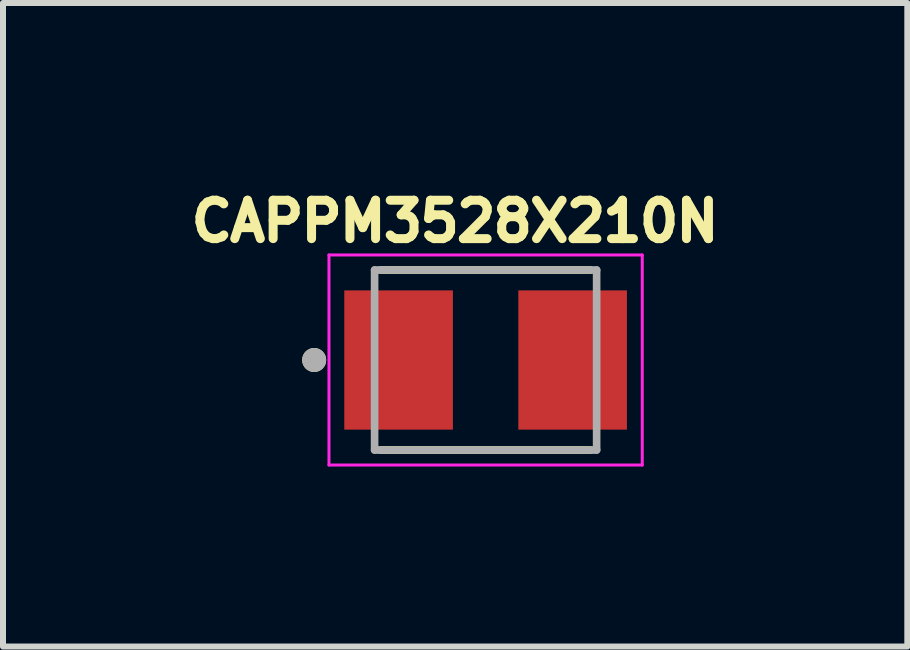
<source format=kicad_pcb>
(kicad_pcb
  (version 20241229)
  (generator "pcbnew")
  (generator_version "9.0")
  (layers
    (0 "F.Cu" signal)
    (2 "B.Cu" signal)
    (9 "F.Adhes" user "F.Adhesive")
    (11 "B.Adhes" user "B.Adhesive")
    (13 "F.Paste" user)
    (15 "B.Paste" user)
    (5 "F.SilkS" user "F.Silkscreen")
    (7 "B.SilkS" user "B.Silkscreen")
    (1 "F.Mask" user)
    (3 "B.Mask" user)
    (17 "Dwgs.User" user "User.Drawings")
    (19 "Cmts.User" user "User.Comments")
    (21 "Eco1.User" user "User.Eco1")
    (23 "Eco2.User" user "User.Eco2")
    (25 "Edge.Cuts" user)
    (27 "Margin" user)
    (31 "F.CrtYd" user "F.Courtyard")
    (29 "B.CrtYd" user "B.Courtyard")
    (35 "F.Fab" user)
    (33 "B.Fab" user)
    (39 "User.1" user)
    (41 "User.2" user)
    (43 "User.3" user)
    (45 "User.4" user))
  (footprint "CAPPM3528X210N"
    (layer "F.Cu")
    (at 5.042 2.949)
    (property "Reference" "CAPPM3528X210N" (at -0.508 -2.311 0) (layer "F.SilkS") (effects (font (size 0.64 0.64) (thickness 0.15))))
    (attr smd)
    (fp_line (start -1.75 -1.5) (end 1.75 -1.5) (stroke (width 0.127) (type solid)) (layer "F.SilkS"))
    (fp_line (start -1.75 1.5) (end 1.75 1.5) (stroke (width 0.127) (type solid)) (layer "F.SilkS"))
    (fp_circle (center -2.857 0) (end -2.757 0) (stroke (width 0.2) (type solid)) (fill no) (layer "F.SilkS"))
    (fp_line (start -2.61 -1.75) (end 2.61 -1.75) (stroke (width 0.05) (type solid)) (layer "F.CrtYd"))
    (fp_line (start -2.61 1.75) (end -2.61 -1.75) (stroke (width 0.05) (type solid)) (layer "F.CrtYd"))
    (fp_line (start 2.61 -1.75) (end 2.61 1.75) (stroke (width 0.05) (type solid)) (layer "F.CrtYd"))
    (fp_line (start 2.61 1.75) (end -2.61 1.75) (stroke (width 0.05) (type solid)) (layer "F.CrtYd"))
    (fp_line (start -1.85 -1.5) (end -1.85 1.5) (stroke (width 0.127) (type solid)) (layer "F.Fab"))
    (fp_line (start -1.85 1.5) (end 1.85 1.5) (stroke (width 0.127) (type solid)) (layer "F.Fab"))
    (fp_line (start 1.85 -1.5) (end -1.85 -1.5) (stroke (width 0.127) (type solid)) (layer "F.Fab"))
    (fp_line (start 1.85 1.5) (end 1.85 -1.5) (stroke (width 0.127) (type solid)) (layer "F.Fab"))
    (fp_circle (center -2.857 0) (end -2.757 0) (stroke (width 0.2) (type solid)) (fill no) (layer "F.Fab"))
    (pad "1" smd rect (at -1.45 0) (size 1.81 2.32) (layers "F.Cu" "F.Mask" "F.Paste"))
    (pad "2" smd rect (at 1.45 0) (size 1.81 2.32) (layers "F.Cu" "F.Mask" "F.Paste")))
  (gr_rect
    (start -3 -3)
    (end 12.069 7.724)
    (stroke (width 0.1) (type default))
    (fill no)
    (layer "Edge.Cuts")))
</source>
